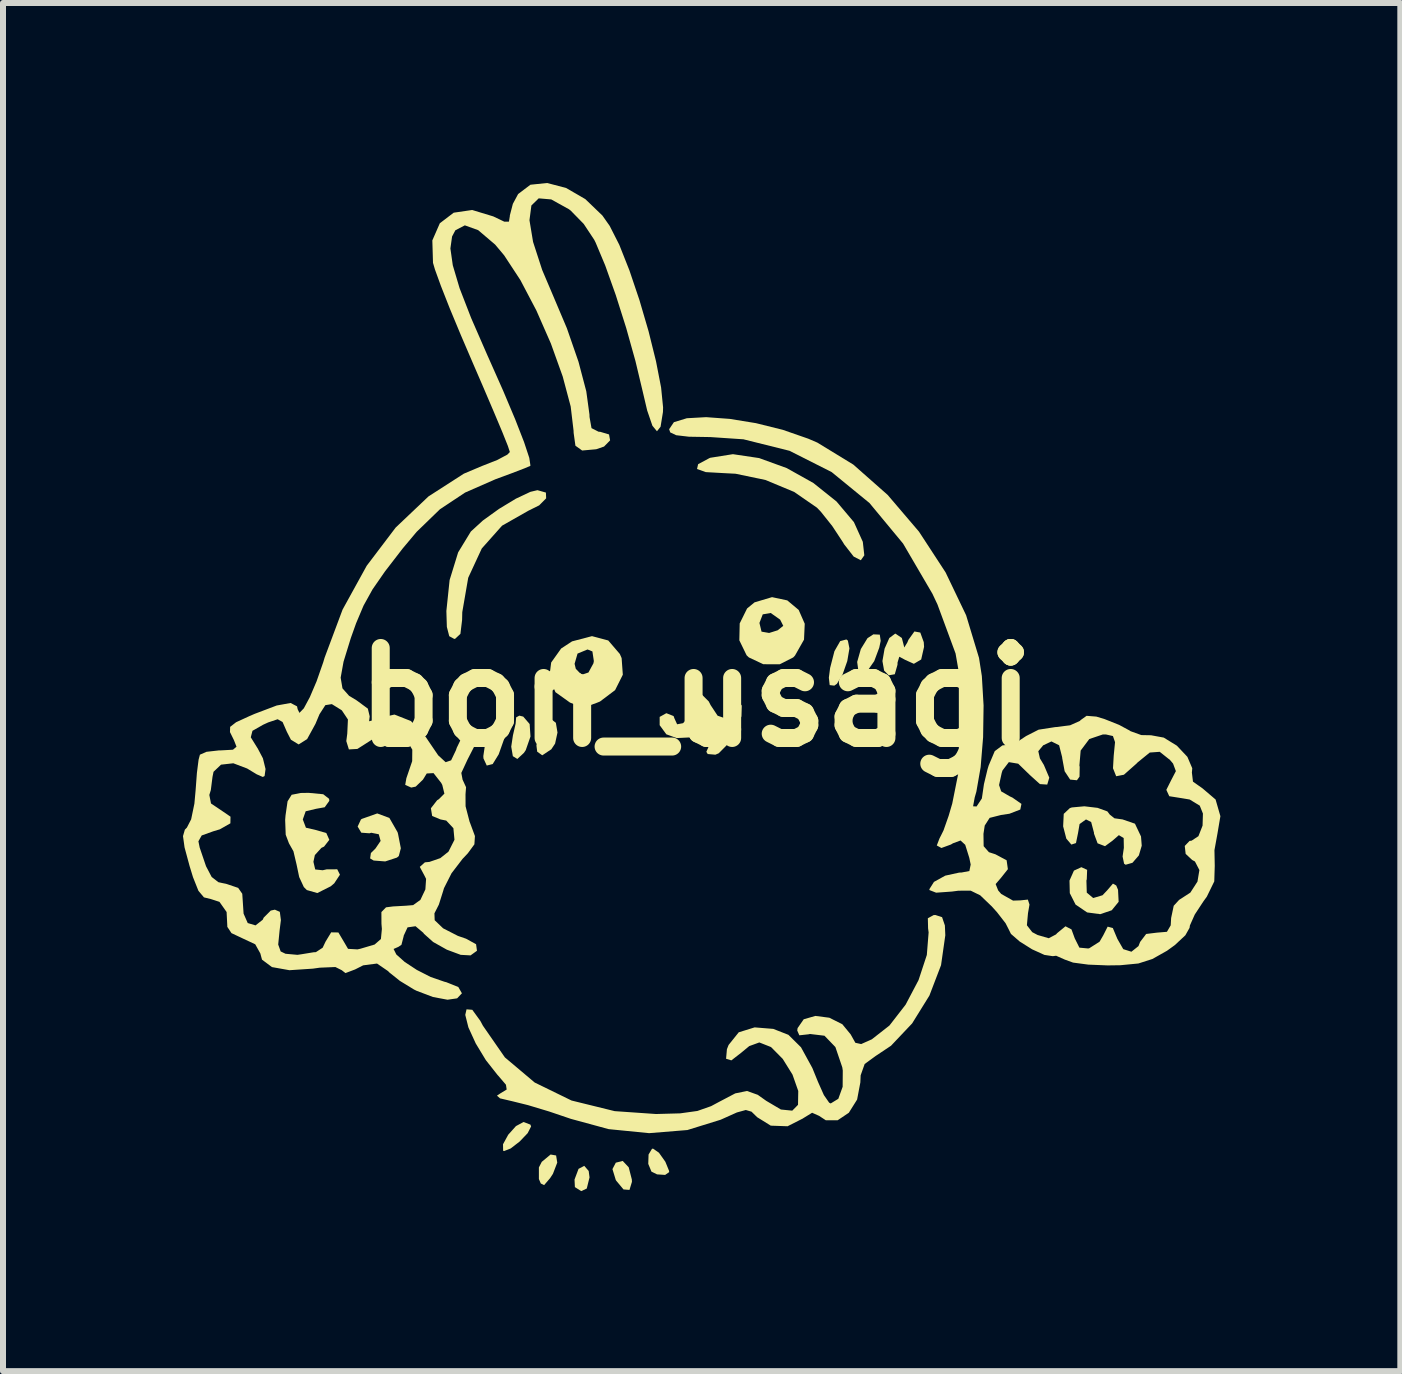
<source format=kicad_pcb>
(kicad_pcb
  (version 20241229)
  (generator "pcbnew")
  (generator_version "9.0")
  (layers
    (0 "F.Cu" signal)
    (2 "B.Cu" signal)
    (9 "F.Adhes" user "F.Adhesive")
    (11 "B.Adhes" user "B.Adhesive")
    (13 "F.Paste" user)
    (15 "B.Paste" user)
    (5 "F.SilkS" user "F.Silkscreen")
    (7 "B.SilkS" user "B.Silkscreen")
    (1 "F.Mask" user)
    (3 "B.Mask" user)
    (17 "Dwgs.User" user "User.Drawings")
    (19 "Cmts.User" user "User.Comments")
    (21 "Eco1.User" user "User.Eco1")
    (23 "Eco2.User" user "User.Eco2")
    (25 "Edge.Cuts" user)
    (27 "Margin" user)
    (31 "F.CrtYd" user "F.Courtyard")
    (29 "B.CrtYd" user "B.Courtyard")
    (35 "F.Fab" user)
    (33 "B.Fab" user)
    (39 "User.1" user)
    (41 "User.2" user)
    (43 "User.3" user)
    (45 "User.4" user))
  (footprint "bon_usagi"
    (layer "F.Cu")
    (at 8.546 8.572)
    (property "Reference" "bon_usagi" (at 0 0 0) (layer "F.SilkS") (effects (font (size 1.5 1.5) (thickness 0.3))))
    (attr board_only exclude_from_pos_files exclude_from_bom)
    (fp_poly (pts (xy -1.784 7.895) (xy -1.77 8.002) (xy -1.816 8.188) (xy -1.909 8.231) (xy -2.014 8.164) (xy -2.02 8.038) (xy -1.953 7.86) (xy -1.858 7.81)) (stroke (width 0) (type solid)) (fill yes) (layer "F.SilkS"))
    (fp_poly (pts (xy -2.331 0.425) (xy -2.304 0.588) (xy -2.344 0.772) (xy -2.407 0.867) (xy -2.558 0.967) (xy -2.642 0.907) (xy -2.655 0.804) (xy -2.614 0.535) (xy -2.505 0.378) (xy -2.424 0.354)) (stroke (width 0) (type solid)) (fill yes) (layer "F.SilkS"))
    (fp_poly (pts (xy -2.327 7.637) (xy -2.308 7.756) (xy -2.38 7.943) (xy -2.427 8.015) (xy -2.527 8.131) (xy -2.582 8.104) (xy -2.614 8.03) (xy -2.614 7.836) (xy -2.566 7.743) (xy -2.419 7.621)) (stroke (width 0) (type solid)) (fill yes) (layer "F.SilkS"))
    (fp_poly (pts (xy -1.117 7.834) (xy -1.065 8.036) (xy -1.063 8.076) (xy -1.104 8.211) (xy -1.204 8.203) (xy -1.326 8.056) (xy -1.333 8.044) (xy -1.388 7.864) (xy -1.332 7.757) (xy -1.217 7.728)) (stroke (width 0) (type solid)) (fill yes) (layer "F.SilkS"))
    (fp_poly (pts (xy -0.613 7.591) (xy -0.506 7.742) (xy -0.444 7.894) (xy -0.443 7.915) (xy -0.51 7.961) (xy -0.645 7.952) (xy -0.738 7.906) (xy -0.791 7.777) (xy -0.786 7.621) (xy -0.729 7.526) (xy -0.711 7.523)) (stroke (width 0) (type solid)) (fill yes) (layer "F.SilkS"))
    (fp_poly (pts (xy 3.068 -1.044) (xy 3.083 -0.94) (xy 3.059 -0.827) (xy 2.975 -0.602) (xy 2.863 -0.442) (xy 2.758 -0.388) (xy 2.714 -0.419) (xy 2.691 -0.589) (xy 2.752 -0.804) (xy 2.863 -0.985) (xy 2.961 -1.049)) (stroke (width 0) (type solid)) (fill yes) (layer "F.SilkS"))
    (fp_poly (pts (xy -2.875 0.322) (xy -2.768 0.446) (xy -2.754 0.654) (xy -2.833 0.881) (xy -2.863 0.926) (xy -2.973 1.028) (xy -3.048 0.982) (xy -3.075 0.823) (xy -3.047 0.637) (xy -3.002 0.441) (xy -2.993 0.335) (xy -2.94 0.306)) (stroke (width 0) (type solid)) (fill yes) (layer "F.SilkS"))
    (fp_poly (pts (xy -2.755 7.123) (xy -2.744 7.153) (xy -2.801 7.265) (xy -2.934 7.404) (xy -3.084 7.52) (xy -3.195 7.564) (xy -3.21 7.558) (xy -3.212 7.45) (xy -3.125 7.291) (xy -2.996 7.147) (xy -2.871 7.08) (xy -2.866 7.08)) (stroke (width 0) (type solid)) (fill yes) (layer "F.SilkS"))
    (fp_poly (pts (xy 2.536 -0.945) (xy 2.562 -0.815) (xy 2.526 -0.603) (xy 2.448 -0.381) (xy 2.353 -0.224) (xy 2.31 -0.194) (xy 2.233 -0.203) (xy 2.219 -0.326) (xy 2.24 -0.489) (xy 2.312 -0.768) (xy 2.408 -0.936) (xy 2.511 -0.964)) (stroke (width 0) (type solid)) (fill yes) (layer "F.SilkS"))
    (fp_poly (pts (xy -3.148 0.375) (xy -3.129 0.459) (xy -3.174 0.64) (xy -3.284 0.951) (xy -3.284 0.951) (xy -3.384 1.113) (xy -3.483 1.138) (xy -3.538 1.019) (xy -3.54 0.979) (xy -3.501 0.716) (xy -3.402 0.492) (xy -3.274 0.365) (xy -3.227 0.354)) (stroke (width 0) (type solid)) (fill yes) (layer "F.SilkS"))
    (fp_poly (pts (xy 6.524 2.876) (xy 6.518 3.032) (xy 6.512 3.055) (xy 6.518 3.256) (xy 6.625 3.346) (xy 6.78 3.3) (xy 6.857 3.219) (xy 6.954 3.106) (xy 7.009 3.137) (xy 7.039 3.209) (xy 7.049 3.409) (xy 6.934 3.55) (xy 6.743 3.615) (xy 6.524 3.586) (xy 6.331 3.455) (xy 6.235 3.265) (xy 6.23 3.055) (xy 6.304 2.889) (xy 6.428 2.832)) (stroke (width 0) (type solid)) (fill yes) (layer "F.SilkS"))
    (fp_poly (pts (xy -5.106 2.011) (xy -4.97 2.248) (xy -4.962 2.275) (xy -4.915 2.517) (xy -4.949 2.646) (xy -4.98 2.672) (xy -5.175 2.736) (xy -5.368 2.721) (xy -5.427 2.686) (xy -5.414 2.596) (xy -5.339 2.522) (xy -5.252 2.394) (xy -5.283 2.283) (xy -5.409 2.258) (xy -5.437 2.267) (xy -5.574 2.257) (xy -5.635 2.155) (xy -5.58 2.037) (xy -5.565 2.027) (xy -5.308 1.936)) (stroke (width 0) (type solid)) (fill yes) (layer "F.SilkS"))
    (fp_poly (pts (xy 3.743 -1.079) (xy 3.801 -0.919) (xy 3.806 -0.841) (xy 3.758 -0.63) (xy 3.636 -0.558) (xy 3.492 -0.623) (xy 3.393 -0.676) (xy 3.364 -0.579) (xy 3.363 -0.542) (xy 3.318 -0.384) (xy 3.217 -0.366) (xy 3.14 -0.445) (xy 3.112 -0.604) (xy 3.148 -0.81) (xy 3.227 -0.988) (xy 3.326 -1.062) (xy 3.435 -0.989) (xy 3.457 -0.907) (xy 3.476 -0.83) (xy 3.528 -0.915) (xy 3.545 -0.957) (xy 3.645 -1.097)) (stroke (width 0) (type solid)) (fill yes) (layer "F.SilkS"))
    (fp_poly (pts (xy -2.497 -3.412) (xy -2.493 -3.316) (xy -2.609 -3.199) (xy -2.792 -3.108) (xy -3.228 -2.86) (xy -3.566 -2.48) (xy -3.792 -1.992) (xy -3.891 -1.419) (xy -3.894 -1.288) (xy -3.922 -1.057) (xy -4.011 -0.974) (xy -4.027 -0.974) (xy -4.108 -1.018) (xy -4.148 -1.173) (xy -4.156 -1.438) (xy -4.102 -1.954) (xy -3.96 -2.415) (xy -3.748 -2.763) (xy -3.548 -2.946) (xy -3.28 -3.139) (xy -2.998 -3.31) (xy -2.756 -3.424) (xy -2.638 -3.452)) (stroke (width 0) (type solid)) (fill yes) (layer "F.SilkS"))
    (fp_poly (pts (xy 1.057 -3.987) (xy 1.517 -3.82) (xy 1.96 -3.572) (xy 2.346 -3.264) (xy 2.637 -2.919) (xy 2.785 -2.591) (xy 2.81 -2.366) (xy 2.752 -2.284) (xy 2.633 -2.345) (xy 2.474 -2.549) (xy 2.454 -2.583) (xy 2.275 -2.855) (xy 2.086 -3.092) (xy 2.021 -3.16) (xy 1.64 -3.423) (xy 1.162 -3.622) (xy 0.664 -3.726) (xy 0.47 -3.736) (xy 0.168 -3.753) (xy 0.022 -3.805) (xy 0.04 -3.885) (xy 0.228 -3.986) (xy 0.243 -3.992) (xy 0.62 -4.052)) (stroke (width 0) (type solid)) (fill yes) (layer "F.SilkS"))
    (fp_poly (pts (xy 1.526 -1.615) (xy 1.716 -1.456) (xy 1.817 -1.226) (xy 1.805 -0.961) (xy 1.655 -0.696) (xy 1.625 -0.664) (xy 1.4 -0.55) (xy 1.126 -0.551) (xy 0.886 -0.664) (xy 0.848 -0.7) (xy 0.727 -0.949) (xy 0.733 -1.232) (xy 0.737 -1.239) (xy 1.062 -1.239) (xy 1.097 -1.094) (xy 1.224 -1.072) (xy 1.367 -1.117) (xy 1.459 -1.191) (xy 1.407 -1.294) (xy 1.25 -1.405) (xy 1.117 -1.382) (xy 1.062 -1.239) (xy 0.737 -1.239) (xy 0.856 -1.48) (xy 0.98 -1.582) (xy 1.272 -1.669)) (stroke (width 0) (type solid)) (fill yes) (layer "F.SilkS"))
    (fp_poly (pts (xy -1.458 -0.947) (xy -1.265 -0.722) (xy -1.235 -0.653) (xy -1.215 -0.376) (xy -1.344 -0.119) (xy -1.596 0.071) (xy -1.648 0.092) (xy -1.817 0.153) (xy -1.886 0.171) (xy -1.97 0.138) (xy -2.096 0.088) (xy -2.338 -0.085) (xy -2.442 -0.322) (xy -2.412 -0.558) (xy -2.019 -0.558) (xy -1.999 -0.475) (xy -1.903 -0.375) (xy -1.788 -0.413) (xy -1.705 -0.566) (xy -1.698 -0.604) (xy -1.722 -0.764) (xy -1.803 -0.797) (xy -1.97 -0.728) (xy -2.019 -0.558) (xy -2.412 -0.558) (xy -2.409 -0.58) (xy -2.243 -0.813) (xy -2.061 -0.932) (xy -1.729 -1.019)) (stroke (width 0) (type solid)) (fill yes) (layer "F.SilkS"))
    (fp_poly (pts (xy 6.698 1.843) (xy 6.861 1.902) (xy 6.903 1.957) (xy 6.979 2.017) (xy 7.115 2.036) (xy 7.321 2.107) (xy 7.422 2.32) (xy 7.434 2.474) (xy 7.386 2.636) (xy 7.279 2.759) (xy 7.166 2.791) (xy 7.14 2.774) (xy 7.115 2.654) (xy 7.136 2.509) (xy 7.133 2.346) (xy 7.053 2.298) (xy 6.947 2.39) (xy 6.822 2.482) (xy 6.698 2.434) (xy 6.638 2.272) (xy 6.638 2.257) (xy 6.591 2.079) (xy 6.505 2.036) (xy 6.398 2.113) (xy 6.372 2.264) (xy 6.338 2.43) (xy 6.261 2.455) (xy 6.177 2.356) (xy 6.124 2.151) (xy 6.134 1.943) (xy 6.236 1.847) (xy 6.27 1.836) (xy 6.478 1.817)) (stroke (width 0) (type solid)) (fill yes) (layer "F.SilkS"))
    (fp_poly (pts (xy -6.209 1.616) (xy -6.111 1.692) (xy -6.107 1.726) (xy -6.184 1.833) (xy -6.328 1.859) (xy -6.501 1.9) (xy -6.549 2.036) (xy -6.497 2.174) (xy -6.328 2.213) (xy -6.157 2.263) (xy -6.107 2.376) (xy -6.195 2.489) (xy -6.239 2.51) (xy -6.348 2.63) (xy -6.372 2.742) (xy -6.342 2.87) (xy -6.218 2.883) (xy -6.151 2.868) (xy -5.975 2.867) (xy -5.93 2.957) (xy -6.025 3.101) (xy -6.084 3.151) (xy -6.307 3.263) (xy -6.482 3.213) (xy -6.532 3.163) (xy -6.609 2.997) (xy -6.653 2.787) (xy -6.705 2.567) (xy -6.78 2.434) (xy -6.834 2.291) (xy -6.843 2.044) (xy -6.837 1.969) (xy -6.803 1.734) (xy -6.735 1.625) (xy -6.583 1.595) (xy -6.451 1.593)) (stroke (width 0) (type solid)) (fill yes) (layer "F.SilkS"))
    (fp_poly (pts (xy 0.217 0.069) (xy 0.248 0.13) (xy 0.365 0.307) (xy 0.469 0.343) (xy 0.528 0.235) (xy 0.531 0.177) (xy 0.579 0.026) (xy 0.681 0.019) (xy 0.767 0.139) (xy 0.761 0.318) (xy 0.671 0.555) (xy 0.533 0.782) (xy 0.384 0.933) (xy 0.328 0.957) (xy 0.2 0.946) (xy 0.177 0.909) (xy 0.232 0.785) (xy 0.288 0.717) (xy 0.327 0.65) (xy 0.248 0.633) (xy 0.024 0.662) (xy 0.019 0.663) (xy -0.316 0.68) (xy -0.49 0.617) (xy -0.601 0.465) (xy -0.601 0.327) (xy -0.491 0.266) (xy -0.487 0.266) (xy -0.369 0.313) (xy -0.354 0.354) (xy -0.31 0.45) (xy -0.212 0.432) (xy -0.114 0.33) (xy -0.072 0.206) (xy -0.009 -0.004) (xy 0.096 -0.052)) (stroke (width 0) (type solid)) (fill yes) (layer "F.SilkS"))
    (fp_poly (pts (xy 4.106 3.665) (xy 4.153 3.803) (xy 4.16 3.967) (xy 4.089 4.465) (xy 3.895 4.972) (xy 3.607 5.436) (xy 3.255 5.808) (xy 3 5.978) (xy 2.816 6.112) (xy 2.749 6.301) (xy 2.744 6.419) (xy 2.69 6.705) (xy 2.552 6.925) (xy 2.366 7.05) (xy 2.168 7.05) (xy 2.055 6.976) (xy 1.94 6.925) (xy 1.792 7.016) (xy 1.787 7.02) (xy 1.531 7.15) (xy 1.251 7.14) (xy 1.024 6.999) (xy 0.93 6.907) (xy 0.835 6.879) (xy 0.686 6.92) (xy 0.434 7.033) (xy 0.413 7.042) (xy -0.139 7.213) (xy -0.776 7.265) (xy -1.451 7.198) (xy -2.08 7.027) (xy -2.443 6.904) (xy -2.795 6.798) (xy -3.053 6.734) (xy -3.262 6.685) (xy -3.313 6.64) (xy -3.247 6.596) (xy -3.151 6.538) (xy -3.163 6.458) (xy -3.291 6.308) (xy -3.304 6.294) (xy -3.498 6.048) (xy -3.667 5.769) (xy -3.789 5.502) (xy -3.841 5.294) (xy -3.82 5.201) (xy -3.724 5.209) (xy -3.591 5.392) (xy -3.547 5.474) (xy -3.181 6.002) (xy -2.684 6.421) (xy -2.07 6.721) (xy -1.351 6.898) (xy -0.662 6.946) (xy -0.259 6.935) (xy 0.028 6.895) (xy 0.256 6.815) (xy 0.383 6.747) (xy 0.659 6.602) (xy 0.855 6.562) (xy 1.034 6.626) (xy 1.175 6.726) (xy 1.42 6.871) (xy 1.609 6.89) (xy 1.705 6.793) (xy 1.709 6.562) (xy 1.613 6.289) (xy 1.45 6.027) (xy 1.255 5.83) (xy 1.06 5.753) (xy 0.892 5.814) (xy 0.754 5.928) (xy 0.594 6.052) (xy 0.506 6.025) (xy 0.52 5.866) (xy 0.548 5.795) (xy 0.717 5.584) (xy 0.982 5.502) (xy 1.292 5.527) (xy 1.545 5.626) (xy 1.755 5.834) (xy 1.944 6.179) (xy 2.038 6.41) (xy 2.136 6.63) (xy 2.224 6.757) (xy 2.25 6.77) (xy 2.377 6.692) (xy 2.449 6.492) (xy 2.451 6.221) (xy 2.443 6.168) (xy 2.328 5.83) (xy 2.146 5.641) (xy 1.904 5.612) (xy 1.883 5.617) (xy 1.727 5.634) (xy 1.692 5.554) (xy 1.698 5.514) (xy 1.8 5.367) (xy 1.994 5.311) (xy 2.227 5.341) (xy 2.443 5.449) (xy 2.582 5.618) (xy 2.661 5.759) (xy 2.758 5.78) (xy 2.935 5.701) (xy 3.229 5.471) (xy 3.498 5.124) (xy 3.714 4.714) (xy 3.852 4.295) (xy 3.882 3.919) (xy 3.873 3.852) (xy 3.869 3.683) (xy 3.966 3.63) (xy 3.995 3.629)) (stroke (width 0) (type solid)) (fill yes) (layer "F.SilkS"))
    (fp_poly (pts (xy 0.568 -4.64) (xy 1.004 -4.569) (xy 1.451 -4.458) (xy 1.876 -4.31) (xy 2.027 -4.245) (xy 2.626 -3.879) (xy 3.199 -3.373) (xy 3.721 -2.761) (xy 4.165 -2.081) (xy 4.507 -1.367) (xy 4.722 -0.656) (xy 4.769 -0.354) (xy 4.798 0.138) (xy 4.79 0.666) (xy 4.749 1.165) (xy 4.678 1.572) (xy 4.65 1.67) (xy 4.623 1.817) (xy 4.681 1.82) (xy 4.769 1.687) (xy 4.779 1.62) (xy 4.804 1.448) (xy 4.864 1.199) (xy 4.882 1.139) (xy 4.984 0.898) (xy 5.112 0.802) (xy 5.162 0.797) (xy 5.366 0.739) (xy 5.507 0.646) (xy 5.715 0.54) (xy 5.992 0.497) (xy 6 0.497) (xy 6.24 0.467) (xy 6.403 0.394) (xy 6.417 0.379) (xy 6.515 0.309) (xy 6.678 0.322) (xy 6.816 0.364) (xy 7.057 0.46) (xy 7.235 0.556) (xy 7.247 0.565) (xy 7.427 0.63) (xy 7.589 0.633) (xy 7.801 0.672) (xy 8.02 0.807) (xy 8.195 0.993) (xy 8.276 1.183) (xy 8.27 1.255) (xy 8.288 1.406) (xy 8.448 1.519) (xy 8.665 1.704) (xy 8.745 1.982) (xy 8.695 2.278) (xy 8.646 2.548) (xy 8.651 2.811) (xy 8.643 3.069) (xy 8.519 3.323) (xy 8.462 3.402) (xy 8.318 3.621) (xy 8.237 3.803) (xy 8.231 3.843) (xy 8.161 3.967) (xy 7.985 4.131) (xy 7.855 4.225) (xy 7.612 4.362) (xy 7.378 4.437) (xy 7.078 4.466) (xy 6.865 4.469) (xy 6.544 4.456) (xy 6.289 4.422) (xy 6.157 4.374) (xy 6.156 4.374) (xy 6.007 4.308) (xy 5.951 4.315) (xy 5.812 4.294) (xy 5.607 4.201) (xy 5.4 4.071) (xy 5.254 3.944) (xy 5.222 3.879) (xy 5.165 3.767) (xy 5.023 3.584) (xy 4.935 3.486) (xy 4.742 3.301) (xy 4.583 3.223) (xy 4.378 3.224) (xy 4.271 3.238) (xy 4.007 3.257) (xy 3.897 3.214) (xy 3.894 3.199) (xy 3.971 3.077) (xy 4.159 2.973) (xy 4.392 2.922) (xy 4.429 2.921) (xy 4.561 2.896) (xy 4.583 2.788) (xy 4.56 2.677) (xy 4.492 2.459) (xy 4.414 2.387) (xy 4.287 2.434) (xy 4.254 2.454) (xy 4.095 2.512) (xy 4.018 2.47) (xy 4.063 2.353) (xy 4.102 2.276) (xy 4.796 2.276) (xy 4.799 2.482) (xy 4.887 2.582) (xy 4.995 2.617) (xy 5.182 2.717) (xy 5.203 2.865) (xy 5.087 3.011) (xy 4.999 3.113) (xy 5.041 3.219) (xy 5.092 3.278) (xy 5.289 3.389) (xy 5.413 3.385) (xy 5.536 3.372) (xy 5.563 3.455) (xy 5.538 3.6) (xy 5.52 3.8) (xy 5.609 3.915) (xy 5.698 3.962) (xy 5.884 4.016) (xy 6.006 3.952) (xy 6.022 3.933) (xy 6.163 3.817) (xy 6.263 3.869) (xy 6.318 4.019) (xy 6.395 4.173) (xy 6.542 4.187) (xy 6.561 4.182) (xy 6.731 4.074) (xy 6.792 3.969) (xy 6.866 3.823) (xy 6.952 3.846) (xy 7.028 4.027) (xy 7.126 4.198) (xy 7.262 4.241) (xy 7.38 4.147) (xy 7.407 4.078) (xy 7.508 3.945) (xy 7.686 3.923) (xy 7.854 3.909) (xy 7.917 3.801) (xy 7.924 3.679) (xy 7.967 3.475) (xy 8.057 3.377) (xy 8.244 3.256) (xy 8.363 3.072) (xy 8.395 2.88) (xy 8.321 2.737) (xy 8.275 2.712) (xy 8.166 2.61) (xy 8.151 2.478) (xy 8.231 2.394) (xy 8.265 2.39) (xy 8.379 2.315) (xy 8.448 2.139) (xy 8.454 1.938) (xy 8.401 1.806) (xy 8.233 1.704) (xy 8.102 1.682) (xy 7.893 1.649) (xy 7.844 1.543) (xy 7.922 1.387) (xy 8.003 1.231) (xy 7.956 1.105) (xy 7.905 1.045) (xy 7.734 0.909) (xy 7.568 0.921) (xy 7.366 1.085) (xy 7.346 1.106) (xy 7.137 1.291) (xy 7.008 1.316) (xy 6.955 1.183) (xy 6.967 0.974) (xy 6.989 0.748) (xy 6.954 0.646) (xy 6.838 0.62) (xy 6.785 0.62) (xy 6.56 0.696) (xy 6.416 0.888) (xy 6.395 1.137) (xy 6.4 1.159) (xy 6.397 1.323) (xy 6.354 1.383) (xy 6.241 1.372) (xy 6.149 1.233) (xy 6.108 1.011) (xy 6.108 1.001) (xy 6.057 0.8) (xy 5.929 0.736) (xy 5.791 0.801) (xy 5.71 0.899) (xy 5.737 1.019) (xy 5.803 1.128) (xy 5.893 1.34) (xy 5.859 1.455) (xy 5.737 1.447) (xy 5.572 1.298) (xy 5.375 1.107) (xy 5.219 1.081) (xy 5.113 1.22) (xy 5.1 1.261) (xy 5.056 1.463) (xy 5.091 1.568) (xy 5.238 1.653) (xy 5.279 1.672) (xy 5.429 1.777) (xy 5.41 1.871) (xy 5.229 1.941) (xy 5.089 1.962) (xy 4.899 2.01) (xy 4.817 2.138) (xy 4.796 2.276) (xy 4.102 2.276) (xy 4.13 2.219) (xy 4.216 1.975) (xy 4.276 1.77) (xy 4.451 0.894) (xy 4.471 0.072) (xy 4.331 -0.73) (xy 4.029 -1.548) (xy 3.945 -1.726) (xy 3.456 -2.562) (xy 2.896 -3.238) (xy 2.265 -3.754) (xy 1.564 -4.108) (xy 0.795 -4.3) (xy 0.245 -4.337) (xy -0.113 -4.343) (xy -0.326 -4.368) (xy -0.425 -4.415) (xy -0.443 -4.468) (xy -0.364 -4.585) (xy -0.148 -4.651) (xy 0.173 -4.669)) (stroke (width 0) (type solid)) (fill yes) (layer "F.SilkS"))
    (fp_poly (pts (xy -2.159 -8.488) (xy -1.84 -8.303) (xy -1.555 -8.029) (xy -1.434 -7.857) (xy -1.274 -7.542) (xy -1.105 -7.115) (xy -0.938 -6.62) (xy -0.786 -6.101) (xy -0.662 -5.601) (xy -0.577 -5.163) (xy -0.544 -4.832) (xy -0.546 -4.755) (xy -0.586 -4.509) (xy -0.646 -4.434) (xy -0.722 -4.526) (xy -0.809 -4.78) (xy -0.886 -5.107) (xy -1.005 -5.606) (xy -1.159 -6.156) (xy -1.333 -6.705) (xy -1.508 -7.196) (xy -1.668 -7.578) (xy -1.692 -7.626) (xy -1.867 -7.89) (xy -2.084 -8.112) (xy -2.114 -8.135) (xy -2.408 -8.298) (xy -2.617 -8.316) (xy -2.739 -8.197) (xy -2.771 -7.952) (xy -2.711 -7.59) (xy -2.559 -7.122) (xy -2.392 -6.729) (xy -2.147 -6.15) (xy -1.954 -5.593) (xy -1.824 -5.1) (xy -1.771 -4.712) (xy -1.77 -4.672) (xy -1.737 -4.486) (xy -1.619 -4.426) (xy -1.593 -4.425) (xy -1.445 -4.381) (xy -1.427 -4.282) (xy -1.528 -4.179) (xy -1.659 -4.134) (xy -1.893 -4.113) (xy -2.005 -4.193) (xy -2.035 -4.408) (xy -2.036 -4.443) (xy -2.084 -4.847) (xy -2.217 -5.347) (xy -2.414 -5.896) (xy -2.656 -6.447) (xy -2.922 -6.953) (xy -3.193 -7.366) (xy -3.343 -7.545) (xy -3.626 -7.786) (xy -3.848 -7.866) (xy -4.006 -7.784) (xy -4.061 -7.68) (xy -4.089 -7.481) (xy -4.049 -7.2) (xy -3.936 -6.819) (xy -3.743 -6.321) (xy -3.467 -5.688) (xy -3.456 -5.664) (xy -3.21 -5.11) (xy -3.009 -4.633) (xy -2.861 -4.253) (xy -2.774 -3.99) (xy -2.755 -3.863) (xy -2.759 -3.856) (xy -2.851 -3.817) (xy -3.062 -3.736) (xy -3.338 -3.634) (xy -3.844 -3.412) (xy -4.263 -3.134) (xy -4.652 -2.757) (xy -4.886 -2.478) (xy -5.179 -2.098) (xy -5.387 -1.798) (xy -5.537 -1.527) (xy -5.661 -1.233) (xy -5.749 -0.986) (xy -5.87 -0.593) (xy -5.918 -0.327) (xy -5.888 -0.149) (xy -5.778 -0.025) (xy -5.657 0.048) (xy -5.465 0.189) (xy -5.434 0.318) (xy -5.444 0.4) (xy -5.347 0.373) (xy -5.3 0.349) (xy -5.021 0.288) (xy -4.747 0.396) (xy -4.496 0.667) (xy -4.473 0.702) (xy -4.292 0.968) (xy -4.168 1.082) (xy -4.077 1.051) (xy -3.996 0.881) (xy -3.983 0.842) (xy -3.885 0.639) (xy -3.775 0.535) (xy -3.754 0.531) (xy -3.643 0.59) (xy -3.664 0.766) (xy -3.803 1.037) (xy -3.907 1.261) (xy -3.885 1.377) (xy -3.883 1.379) (xy -3.828 1.499) (xy -3.837 1.617) (xy -3.836 1.817) (xy -3.77 2.071) (xy -3.755 2.11) (xy -3.68 2.313) (xy -3.689 2.451) (xy -3.798 2.6) (xy -3.886 2.693) (xy -4.07 2.933) (xy -4.196 3.182) (xy -4.21 3.23) (xy -4.281 3.455) (xy -4.355 3.601) (xy -4.351 3.716) (xy -4.21 3.851) (xy -3.964 3.977) (xy -3.828 4.024) (xy -3.661 4.116) (xy -3.646 4.225) (xy -3.753 4.302) (xy -3.917 4.293) (xy -4.148 4.207) (xy -4.376 4.079) (xy -4.53 3.942) (xy -4.54 3.926) (xy -4.67 3.816) (xy -4.803 3.835) (xy -4.867 3.973) (xy -4.868 3.983) (xy -4.905 4.126) (xy -4.956 4.16) (xy -5.036 4.195) (xy -4.99 4.287) (xy -4.851 4.411) (xy -4.649 4.544) (xy -4.418 4.662) (xy -4.189 4.741) (xy -4.157 4.749) (xy -3.957 4.829) (xy -3.897 4.934) (xy -3.977 5.018) (xy -4.137 5.041) (xy -4.378 4.996) (xy -4.653 4.892) (xy -4.697 4.87) (xy -4.931 4.727) (xy -5.106 4.587) (xy -5.128 4.564) (xy -5.312 4.438) (xy -5.543 4.468) (xy -5.677 4.536) (xy -5.838 4.597) (xy -5.9 4.549) (xy -6.006 4.496) (xy -6.267 4.507) (xy -6.381 4.523) (xy -6.772 4.549) (xy -7.063 4.497) (xy -7.229 4.373) (xy -7.257 4.269) (xy -7.342 4.117) (xy -7.545 4.022) (xy -7.738 3.931) (xy -7.808 3.825) (xy -7.807 3.818) (xy -7.819 3.579) (xy -7.938 3.41) (xy -8.082 3.363) (xy -8.197 3.335) (xy -8.289 3.225) (xy -8.379 2.999) (xy -8.436 2.813) (xy -8.52 2.502) (xy -8.534 2.4) (xy -8.289 2.4) (xy -8.268 2.504) (xy -8.162 2.816) (xy -8.068 2.995) (xy -7.956 3.082) (xy -7.815 3.113) (xy -7.626 3.177) (xy -7.558 3.275) (xy -7.545 3.471) (xy -7.536 3.606) (xy -7.467 3.763) (xy -7.337 3.802) (xy -7.217 3.708) (xy -7.201 3.673) (xy -7.083 3.555) (xy -7.015 3.54) (xy -6.932 3.576) (xy -6.914 3.713) (xy -6.936 3.888) (xy -6.959 4.121) (xy -6.918 4.236) (xy -6.837 4.275) (xy -6.638 4.293) (xy -6.564 4.282) (xy -6.369 4.25) (xy -6.331 4.248) (xy -6.218 4.174) (xy -6.169 4.071) (xy -6.076 3.918) (xy -5.956 3.92) (xy -5.867 4.07) (xy -5.795 4.193) (xy -5.638 4.202) (xy -5.588 4.191) (xy -5.352 4.121) (xy -5.247 4.029) (xy -5.231 3.862) (xy -5.238 3.775) (xy -5.239 3.58) (xy -5.162 3.501) (xy -5.045 3.486) (xy -4.827 3.474) (xy -4.71 3.464) (xy -4.589 3.377) (xy -4.506 3.202) (xy -4.494 3.027) (xy -4.523 2.969) (xy -4.599 2.827) (xy -4.514 2.751) (xy -4.439 2.744) (xy -4.257 2.681) (xy -4.121 2.573) (xy -4.021 2.375) (xy -4.039 2.182) (xy -4.158 2.055) (xy -4.254 2.036) (xy -4.393 1.978) (xy -4.414 1.85) (xy -4.31 1.716) (xy -4.282 1.699) (xy -4.189 1.606) (xy -4.224 1.462) (xy -4.241 1.429) (xy -4.37 1.264) (xy -4.483 1.27) (xy -4.546 1.372) (xy -4.667 1.489) (xy -4.742 1.505) (xy -4.842 1.46) (xy -4.823 1.35) (xy -4.726 1.065) (xy -4.724 0.873) (xy -4.817 0.715) (xy -4.826 0.705) (xy -4.994 0.564) (xy -5.156 0.557) (xy -5.37 0.686) (xy -5.399 0.708) (xy -5.639 0.861) (xy -5.781 0.869) (xy -5.824 0.73) (xy -5.808 0.607) (xy -5.797 0.37) (xy -5.897 0.22) (xy -5.907 0.212) (xy -6.065 0.114) (xy -6.173 0.131) (xy -6.271 0.283) (xy -6.338 0.443) (xy -6.477 0.697) (xy -6.618 0.786) (xy -6.747 0.707) (xy -6.815 0.575) (xy -6.886 0.412) (xy -6.968 0.366) (xy -7.126 0.419) (xy -7.209 0.457) (xy -7.388 0.559) (xy -7.416 0.667) (xy -7.307 0.843) (xy -7.304 0.846) (xy -7.214 1.017) (xy -7.17 1.196) (xy -7.186 1.313) (xy -7.216 1.328) (xy -7.317 1.284) (xy -7.477 1.187) (xy -7.707 1.1) (xy -7.912 1.123) (xy -8.037 1.242) (xy -8.054 1.326) (xy -8.082 1.546) (xy -8.107 1.628) (xy -8.079 1.77) (xy -7.927 1.872) (xy -7.754 1.99) (xy -7.756 2.101) (xy -7.932 2.201) (xy -8.042 2.234) (xy -8.234 2.303) (xy -8.289 2.4) (xy -8.534 2.4) (xy -8.546 2.314) (xy -8.515 2.207) (xy -8.481 2.172) (xy -8.41 2.034) (xy -8.356 1.773) (xy -8.336 1.554) (xy -8.314 1.26) (xy -8.286 1.04) (xy -8.264 0.957) (xy -8.155 0.909) (xy -7.944 0.885) (xy -7.913 0.885) (xy -7.713 0.874) (xy -7.654 0.824) (xy -7.697 0.714) (xy -7.763 0.58) (xy -7.76 0.493) (xy -7.661 0.416) (xy -7.437 0.313) (xy -7.351 0.276) (xy -6.984 0.137) (xy -6.752 0.095) (xy -6.645 0.151) (xy -6.635 0.199) (xy -6.605 0.26) (xy -6.532 0.184) (xy -6.432 -0.002) (xy -6.319 -0.267) (xy -6.209 -0.582) (xy -6.185 -0.662) (xy -5.886 -1.462) (xy -5.484 -2.192) (xy -5.001 -2.829) (xy -4.454 -3.348) (xy -3.865 -3.727) (xy -3.562 -3.855) (xy -3.308 -3.955) (xy -3.139 -4.045) (xy -3.098 -4.088) (xy -3.131 -4.189) (xy -3.225 -4.424) (xy -3.368 -4.764) (xy -3.547 -5.183) (xy -3.707 -5.553) (xy -3.914 -6.035) (xy -4.099 -6.48) (xy -4.247 -6.856) (xy -4.346 -7.129) (xy -4.379 -7.241) (xy -4.39 -7.615) (xy -4.265 -7.901) (xy -4.034 -8.077) (xy -3.726 -8.122) (xy -3.374 -8.015) (xy -3.19 -7.927) (xy -3.113 -7.928) (xy -3.098 -8.021) (xy -3.098 -8.032) (xy -3.048 -8.224) (xy -2.96 -8.388) (xy -2.755 -8.543) (xy -2.476 -8.572)) (stroke (width 0) (type solid)) (fill yes) (layer "F.SilkS")))
  (gr_rect
    (start -3 -3)
    (end 20.29 19.803)
    (stroke (width 0.1) (type default))
    (fill no)
    (layer "Edge.Cuts")))
</source>
